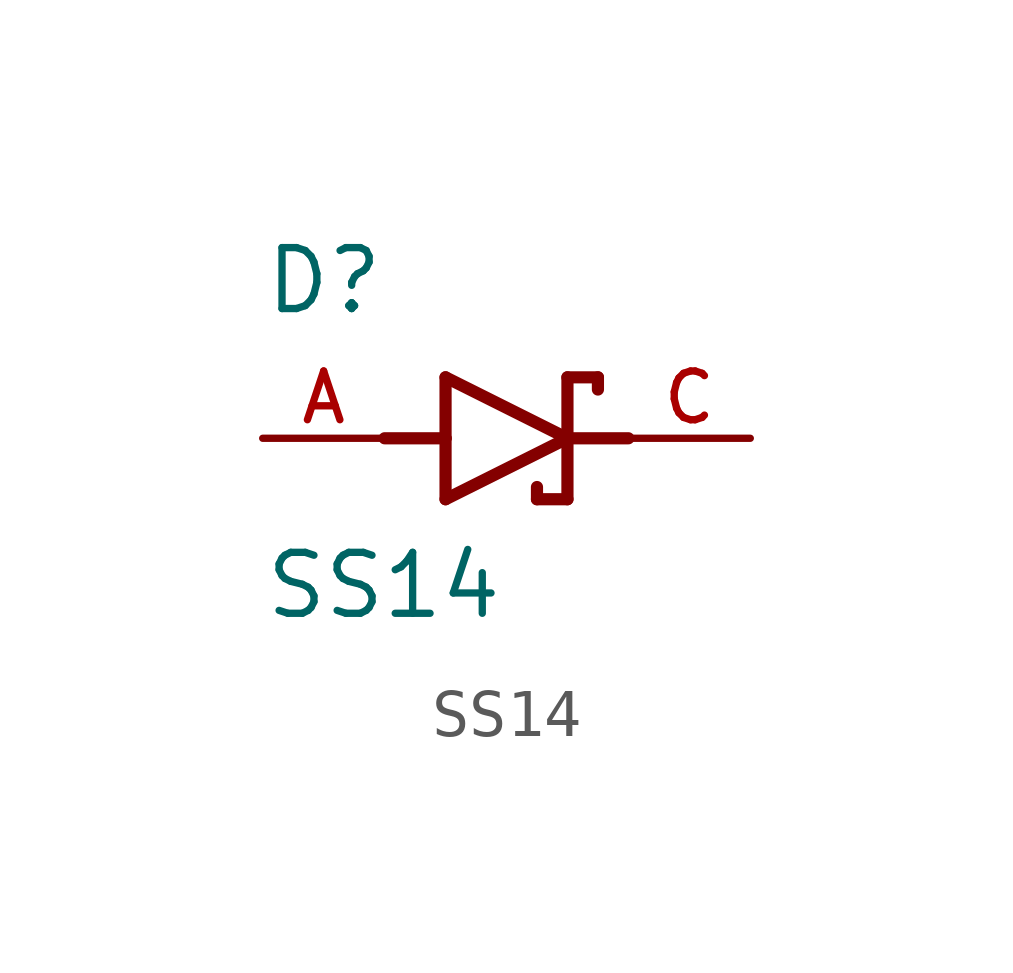
<source format=kicad_sym>
(kicad_symbol_lib
  (version 20211014)
  (generator kicad_symbol_editor)
  (symbol "SS14"
    (pin_names
      (offset 1.016))
    (property "Reference" "D"
      (at -5.08 2.54 0)
      (effects (font (size 1.27 1.27)) (justify bottom left)))
    (property "Value" "SS14"
      (at -5.08 -3.81 0)
      (effects (font (size 1.27 1.27)) (justify bottom left)))
    (symbol "SS14_0_0"
      (polyline (pts (xy -1.27 -1.27) (xy 1.27 0.0)) (stroke (width 0.254)))
      (polyline (pts (xy 1.27 0.0) (xy -1.27 1.27)) (stroke (width 0.254)))
      (polyline (pts (xy 1.905 1.27) (xy 1.27 1.27)) (stroke (width 0.254)))
      (polyline (pts (xy 1.27 1.27) (xy 1.27 0.0)) (stroke (width 0.254)))
      (polyline (pts (xy -1.27 1.27) (xy -1.27 0.0)) (stroke (width 0.254)))
      (polyline (pts (xy -1.27 0.0) (xy -1.27 -1.27)) (stroke (width 0.254)))
      (polyline (pts (xy 1.27 0.0) (xy 1.27 -1.27)) (stroke (width 0.254)))
      (polyline (pts (xy 1.905 1.27) (xy 1.905 1.016)) (stroke (width 0.254)))
      (polyline (pts (xy 1.27 -1.27) (xy 0.635 -1.27)) (stroke (width 0.254)))
      (polyline (pts (xy 0.635 -1.016) (xy 0.635 -1.27)) (stroke (width 0.254)))
      (polyline (pts (xy -2.54 0.0) (xy -1.27 0.0)) (stroke (width 0.254)))
      (polyline (pts (xy 2.54 0.0) (xy 1.27 0.0)) (stroke (width 0.254)))
      (pin passive line (at 5.08 0.0 180.0) (length 2.54) (name "~" (effects (font (size 1.016 1.016)))) (number "C" (effects (font (size 1.016 1.016)))))
      (pin passive line (at -5.08 0.0 0) (length 2.54) (name "~" (effects (font (size 1.016 1.016)))) (number "A" (effects (font (size 1.016 1.016))))))))
</source>
